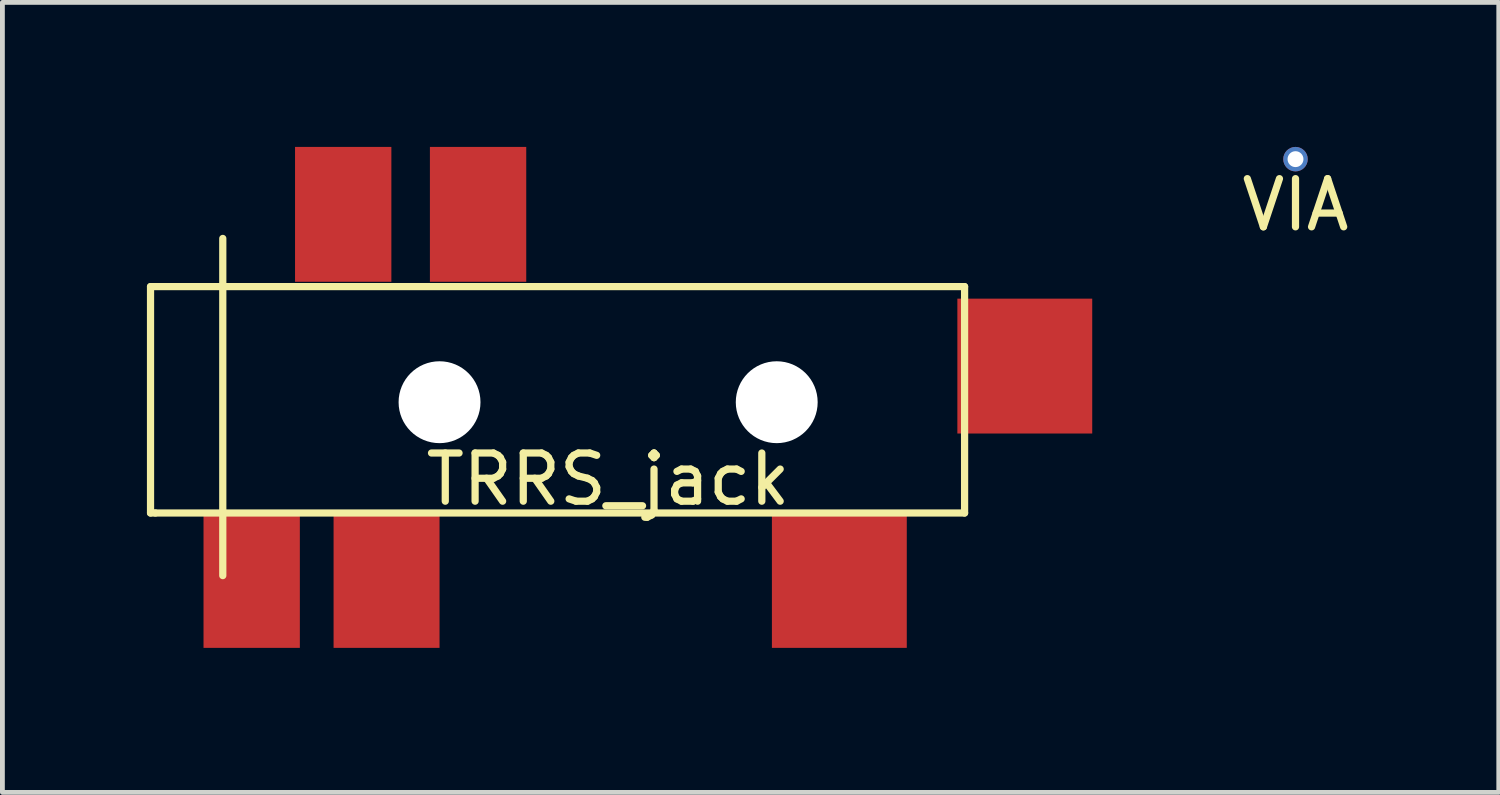
<source format=kicad_pcb>
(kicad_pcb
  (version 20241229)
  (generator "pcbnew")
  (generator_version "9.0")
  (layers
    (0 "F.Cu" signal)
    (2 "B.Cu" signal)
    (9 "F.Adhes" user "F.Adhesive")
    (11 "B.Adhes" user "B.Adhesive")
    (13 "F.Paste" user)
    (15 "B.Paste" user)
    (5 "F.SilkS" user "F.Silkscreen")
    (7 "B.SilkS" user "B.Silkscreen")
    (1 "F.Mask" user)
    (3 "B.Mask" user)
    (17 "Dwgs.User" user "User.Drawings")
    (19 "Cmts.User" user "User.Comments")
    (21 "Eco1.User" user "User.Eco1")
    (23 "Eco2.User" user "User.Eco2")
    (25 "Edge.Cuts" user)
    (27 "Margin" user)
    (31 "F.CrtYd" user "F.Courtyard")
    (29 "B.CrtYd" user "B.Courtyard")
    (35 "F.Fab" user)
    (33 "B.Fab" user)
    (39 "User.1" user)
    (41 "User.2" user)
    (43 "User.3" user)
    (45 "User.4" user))
  (footprint "TRRS_jack"
    (layer "F.Cu")
    (at 8.525 5.25)
    (property "Reference" "TRRS_jack" (at 1.05 1.65 0) (layer "F.SilkS") (effects (font (size 1 1) (thickness 0.15))))
    (attr smd)
    (fp_line (start -8.45 -2.35) (end 8.45 -2.35) (stroke (width 0.15) (type solid)) (layer "F.SilkS"))
    (fp_line (start -8.45 2.35) (end -8.45 -2.35) (stroke (width 0.15) (type solid)) (layer "F.SilkS"))
    (fp_line (start -8.35 2.35) (end -8.45 2.35) (stroke (width 0.15) (type solid)) (layer "F.SilkS"))
    (fp_line (start -6.95 -3.35) (end -6.95 3.65) (stroke (width 0.15) (type solid)) (layer "F.SilkS"))
    (fp_line (start 8.45 -2.35) (end 8.45 2.35) (stroke (width 0.15) (type solid)) (layer "F.SilkS"))
    (fp_line (start 8.45 2.35) (end -8.35 2.35) (stroke (width 0.15) (type solid)) (layer "F.SilkS"))
    (pad "" np_thru_hole circle (at -2.45 0.05) (size 1.7 1.7) (drill 1.7) (layers "*.Cu" "*.Mask"))
    (pad "" np_thru_hole circle (at 4.55 0.05) (size 1.7 1.7) (drill 1.7) (layers "*.Cu" "*.Mask"))
    (pad "5" smd rect (at 9.7 -0.7) (size 2.8 2.8) (layers "F.Cu" "F.Mask" "F.Paste"))
    (pad "6" smd rect (at -4.45 -3.85) (size 2 2.8) (layers "F.Cu" "F.Mask" "F.Paste"))
    (pad "R1" smd rect (at -1.65 -3.85) (size 2 2.8) (layers "F.Cu" "F.Mask" "F.Paste"))
    (pad "R2" smd rect (at -3.55 3.75) (size 2.2 2.8) (layers "F.Cu" "F.Mask" "F.Paste"))
    (pad "S" smd rect (at -6.35 3.75) (size 2 2.8) (layers "F.Cu" "F.Mask" "F.Paste"))
    (pad "T" smd rect (at 5.85 3.75) (size 2.8 2.8) (layers "F.Cu" "F.Mask" "F.Paste")))
  (footprint "VIA"
    (layer "F.Cu")
    (at 23.845 0.254)
    (property "Reference" "VIA" (at 0 0.95 0) (layer "F.SilkS") (effects (font (size 1 1) (thickness 0.15))))
    (attr through_hole)
    (pad "1" thru_hole circle (at 0 0) (size 0.508 0.508) (drill 0.33) (layers "*.Cu")))
  (gr_rect
    (start -3 -3)
    (end 28.065 13.4)
    (stroke (width 0.1) (type default))
    (fill no)
    (layer "Edge.Cuts")))
</source>
